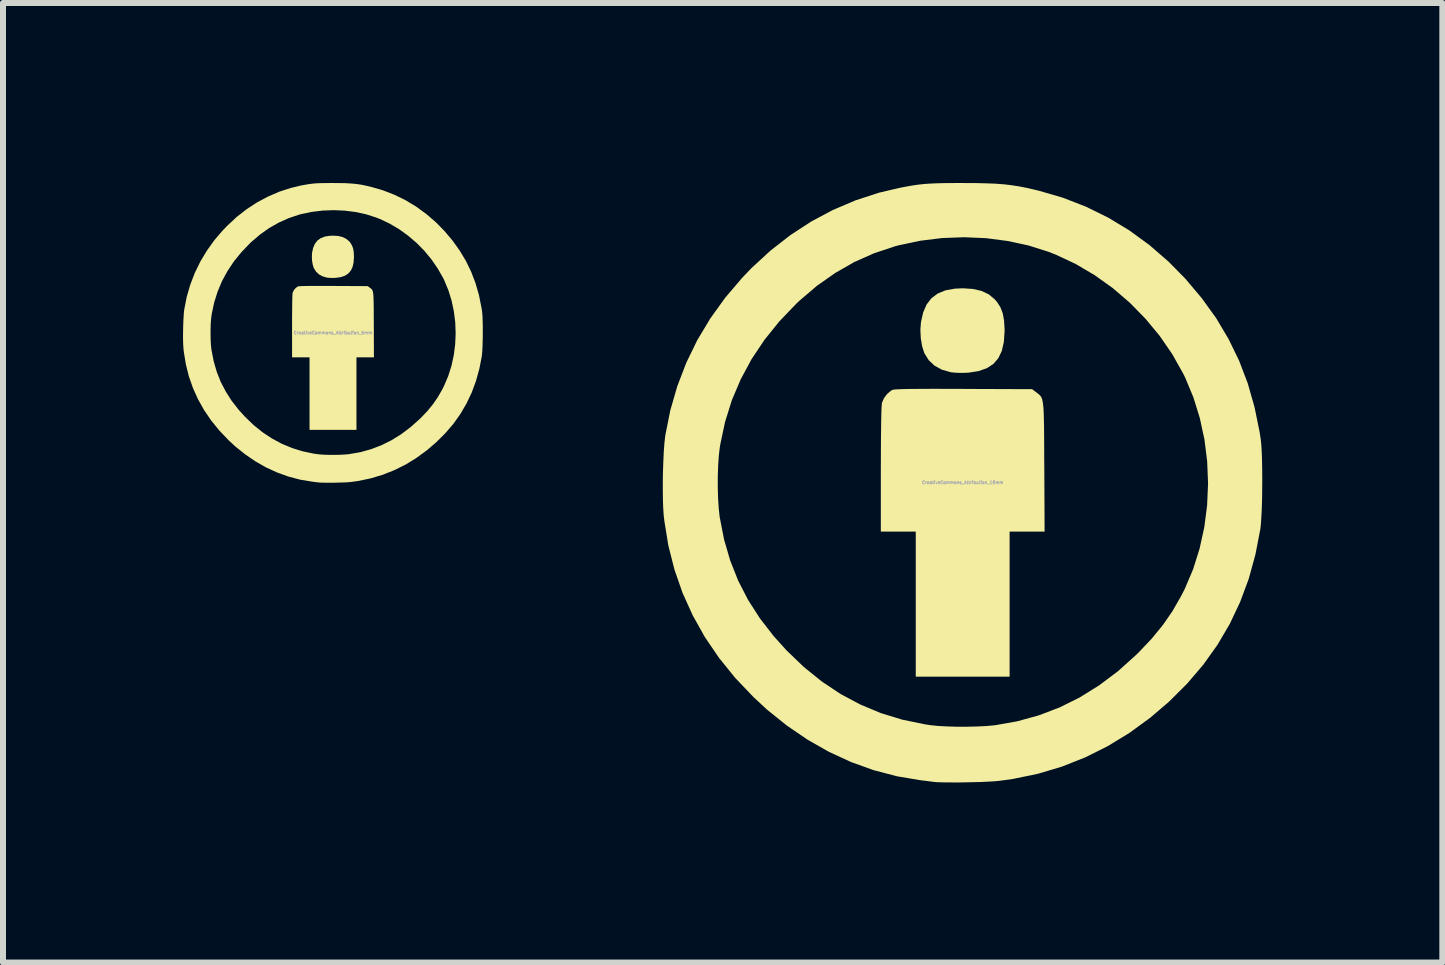
<source format=kicad_pcb>
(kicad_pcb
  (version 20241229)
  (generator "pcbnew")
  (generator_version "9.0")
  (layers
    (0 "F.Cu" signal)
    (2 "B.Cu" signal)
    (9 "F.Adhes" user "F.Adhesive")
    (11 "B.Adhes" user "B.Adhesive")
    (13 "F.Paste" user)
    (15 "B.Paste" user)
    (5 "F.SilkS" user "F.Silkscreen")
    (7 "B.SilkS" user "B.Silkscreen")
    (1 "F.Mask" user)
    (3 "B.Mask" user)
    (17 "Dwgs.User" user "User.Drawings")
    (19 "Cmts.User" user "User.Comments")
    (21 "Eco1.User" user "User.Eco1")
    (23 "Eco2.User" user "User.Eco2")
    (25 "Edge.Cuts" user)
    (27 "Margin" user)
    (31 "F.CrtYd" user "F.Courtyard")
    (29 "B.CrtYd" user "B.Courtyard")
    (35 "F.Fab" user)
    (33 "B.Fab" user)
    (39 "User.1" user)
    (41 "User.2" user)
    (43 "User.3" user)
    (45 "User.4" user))
  (footprint "CreativeCommons_Attribution_5mm"
    (layer "F.Cu")
    (at 2.499 2.495)
    (property "Reference" "CreativeCommons_Attribution_5mm" (at 0 0 0) (layer "F.Fab") (effects (font (size 0.05 0.05) (thickness 0.013))))
    (attr board_only exclude_from_pos_files exclude_from_bom)
    (fp_poly (pts (xy 0.085 -1.613) (xy 0.157 -1.596) (xy 0.217 -1.567) (xy 0.267 -1.526) (xy 0.288 -1.502) (xy 0.315 -1.458) (xy 0.334 -1.409) (xy 0.345 -1.35) (xy 0.349 -1.279) (xy 0.349 -1.259) (xy 0.343 -1.171) (xy 0.326 -1.096) (xy 0.297 -1.036) (xy 0.256 -0.988) (xy 0.202 -0.952) (xy 0.134 -0.928) (xy 0.052 -0.916) (xy 0.027 -0.914) (xy -0.016 -0.913) (xy -0.06 -0.915) (xy -0.096 -0.918) (xy -0.1 -0.919) (xy -0.172 -0.939) (xy -0.234 -0.973) (xy -0.283 -1.019) (xy -0.319 -1.077) (xy -0.32 -1.079) (xy -0.338 -1.135) (xy -0.349 -1.201) (xy -0.352 -1.272) (xy -0.348 -1.337) (xy -0.33 -1.417) (xy -0.301 -1.483) (xy -0.261 -1.535) (xy -0.208 -1.574) (xy -0.143 -1.601) (xy -0.065 -1.615) (xy 0 -1.618)) (stroke (width 0) (type solid)) (fill yes) (layer "F.SilkS"))
    (fp_poly (pts (xy -0.123 -0.78) (xy 0.004 -0.78) (xy 0.01 -0.78) (xy 0.579 -0.777) (xy 0.612 -0.752) (xy 0.625 -0.742) (xy 0.637 -0.733) (xy 0.646 -0.724) (xy 0.654 -0.713) (xy 0.66 -0.698) (xy 0.666 -0.679) (xy 0.67 -0.653) (xy 0.673 -0.62) (xy 0.675 -0.579) (xy 0.677 -0.526) (xy 0.678 -0.462) (xy 0.679 -0.385) (xy 0.679 -0.292) (xy 0.68 -0.184) (xy 0.68 -0.13) (xy 0.682 0.409) (xy 0.391 0.409) (xy 0.391 1.618) (xy -0.391 1.618) (xy -0.391 0.409) (xy -0.682 0.409) (xy -0.682 -0.111) (xy -0.682 -0.236) (xy -0.681 -0.346) (xy -0.68 -0.441) (xy -0.679 -0.52) (xy -0.678 -0.583) (xy -0.676 -0.629) (xy -0.674 -0.657) (xy -0.672 -0.666) (xy -0.656 -0.703) (xy -0.629 -0.738) (xy -0.598 -0.764) (xy -0.584 -0.772) (xy -0.573 -0.774) (xy -0.549 -0.776) (xy -0.514 -0.778) (xy -0.465 -0.779) (xy -0.403 -0.78) (xy -0.325 -0.78) (xy -0.232 -0.78)) (stroke (width 0) (type solid)) (fill yes) (layer "F.SilkS"))
    (fp_poly (pts (xy 0.111 -2.494) (xy 0.198 -2.493) (xy 0.274 -2.489) (xy 0.342 -2.484) (xy 0.405 -2.477) (xy 0.467 -2.468) (xy 0.531 -2.455) (xy 0.601 -2.439) (xy 0.635 -2.431) (xy 0.834 -2.373) (xy 1.027 -2.298) (xy 1.212 -2.207) (xy 1.389 -2.1) (xy 1.557 -1.977) (xy 1.717 -1.839) (xy 1.856 -1.697) (xy 1.993 -1.535) (xy 2.112 -1.368) (xy 2.216 -1.195) (xy 2.303 -1.015) (xy 2.375 -0.826) (xy 2.432 -0.629) (xy 2.474 -0.42) (xy 2.484 -0.359) (xy 2.488 -0.315) (xy 2.492 -0.257) (xy 2.494 -0.187) (xy 2.496 -0.109) (xy 2.496 -0.026) (xy 2.496 0.059) (xy 2.494 0.142) (xy 2.492 0.22) (xy 2.489 0.29) (xy 2.484 0.348) (xy 2.48 0.389) (xy 2.439 0.6) (xy 2.383 0.802) (xy 2.312 0.995) (xy 2.225 1.178) (xy 2.123 1.353) (xy 2.005 1.519) (xy 1.87 1.676) (xy 1.719 1.826) (xy 1.564 1.959) (xy 1.39 2.086) (xy 1.209 2.197) (xy 1.021 2.29) (xy 0.827 2.367) (xy 0.626 2.427) (xy 0.419 2.47) (xy 0.304 2.486) (xy 0.265 2.49) (xy 0.214 2.493) (xy 0.153 2.495) (xy 0.086 2.497) (xy 0.017 2.499) (xy -0.05 2.499) (xy -0.114 2.499) (xy -0.17 2.498) (xy -0.214 2.497) (xy -0.244 2.494) (xy -0.245 2.494) (xy -0.265 2.492) (xy -0.296 2.488) (xy -0.334 2.483) (xy -0.35 2.481) (xy -0.547 2.448) (xy -0.74 2.397) (xy -0.93 2.329) (xy -1.114 2.245) (xy -1.293 2.143) (xy -1.465 2.025) (xy -1.631 1.892) (xy -1.744 1.787) (xy -1.896 1.627) (xy -2.031 1.461) (xy -2.149 1.287) (xy -2.25 1.107) (xy -2.334 0.92) (xy -2.402 0.726) (xy -2.452 0.525) (xy -2.486 0.318) (xy -2.491 0.27) (xy -2.495 0.216) (xy -2.498 0.148) (xy -2.499 0.071) (xy -2.499 0.043) (xy -2.04 0.043) (xy -2.038 0.133) (xy -2.033 0.216) (xy -2.025 0.286) (xy -2.024 0.291) (xy -1.988 0.475) (xy -1.937 0.651) (xy -1.871 0.818) (xy -1.788 0.978) (xy -1.69 1.132) (xy -1.574 1.281) (xy -1.468 1.398) (xy -1.324 1.537) (xy -1.174 1.658) (xy -1.017 1.762) (xy -0.853 1.85) (xy -0.682 1.921) (xy -0.504 1.976) (xy -0.317 2.015) (xy -0.266 2.022) (xy -0.205 2.029) (xy -0.132 2.033) (xy -0.05 2.035) (xy 0.035 2.035) (xy 0.118 2.033) (xy 0.195 2.029) (xy 0.26 2.024) (xy 0.27 2.022) (xy 0.456 1.99) (xy 0.635 1.94) (xy 0.808 1.874) (xy 0.975 1.791) (xy 1.136 1.691) (xy 1.292 1.573) (xy 1.443 1.439) (xy 1.469 1.414) (xy 1.576 1.301) (xy 1.668 1.188) (xy 1.748 1.071) (xy 1.82 0.946) (xy 1.85 0.886) (xy 1.92 0.722) (xy 1.974 0.551) (xy 2.013 0.373) (xy 2.036 0.192) (xy 2.044 0.008) (xy 2.037 -0.175) (xy 2.014 -0.357) (xy 1.976 -0.536) (xy 1.923 -0.708) (xy 1.854 -0.874) (xy 1.837 -0.909) (xy 1.746 -1.069) (xy 1.641 -1.222) (xy 1.522 -1.366) (xy 1.392 -1.498) (xy 1.25 -1.619) (xy 1.1 -1.727) (xy 0.942 -1.82) (xy 0.779 -1.897) (xy 0.718 -1.921) (xy 0.551 -1.974) (xy 0.376 -2.012) (xy 0.195 -2.035) (xy 0.011 -2.043) (xy -0.173 -2.036) (xy -0.355 -2.014) (xy -0.532 -1.977) (xy -0.565 -1.968) (xy -0.738 -1.91) (xy -0.903 -1.836) (xy -1.062 -1.746) (xy -1.213 -1.639) (xy -1.359 -1.515) (xy -1.386 -1.489) (xy -1.527 -1.342) (xy -1.652 -1.188) (xy -1.759 -1.027) (xy -1.85 -0.86) (xy -1.923 -0.685) (xy -1.98 -0.504) (xy -2.02 -0.316) (xy -2.024 -0.291) (xy -2.032 -0.222) (xy -2.038 -0.14) (xy -2.04 -0.05) (xy -2.04 0.043) (xy -2.499 0.043) (xy -2.498 -0.012) (xy -2.497 -0.096) (xy -2.494 -0.179) (xy -2.49 -0.256) (xy -2.486 -0.324) (xy -2.48 -0.379) (xy -2.478 -0.391) (xy -2.437 -0.6) (xy -2.378 -0.802) (xy -2.303 -0.997) (xy -2.211 -1.186) (xy -2.103 -1.366) (xy -1.979 -1.54) (xy -1.838 -1.705) (xy -1.759 -1.786) (xy -1.602 -1.932) (xy -1.436 -2.061) (xy -1.263 -2.174) (xy -1.082 -2.27) (xy -0.894 -2.351) (xy -0.699 -2.414) (xy -0.532 -2.454) (xy -0.472 -2.465) (xy -0.42 -2.474) (xy -0.37 -2.481) (xy -0.321 -2.487) (xy -0.269 -2.491) (xy -0.21 -2.493) (xy -0.142 -2.494) (xy -0.062 -2.495) (xy 0.009 -2.495)) (stroke (width 0) (type solid)) (fill yes) (layer "F.SilkS")))
  (footprint "CreativeCommons_Attribution_10mm"
    (layer "F.Cu")
    (at 12.992 4.99)
    (property "Reference" "CreativeCommons_Attribution_10mm" (at 0 0 0) (layer "F.Fab") (effects (font (size 0.05 0.05) (thickness 0.013))))
    (attr board_only exclude_from_pos_files exclude_from_bom)
    (fp_poly (pts (xy 0.17 -3.225) (xy 0.314 -3.192) (xy 0.435 -3.135) (xy 0.534 -3.052) (xy 0.576 -3.003) (xy 0.63 -2.917) (xy 0.668 -2.818) (xy 0.689 -2.701) (xy 0.698 -2.557) (xy 0.698 -2.518) (xy 0.686 -2.341) (xy 0.652 -2.193) (xy 0.594 -2.071) (xy 0.512 -1.976) (xy 0.404 -1.905) (xy 0.268 -1.857) (xy 0.105 -1.831) (xy 0.055 -1.828) (xy -0.033 -1.826) (xy -0.121 -1.829) (xy -0.192 -1.836) (xy -0.2 -1.838) (xy -0.345 -1.879) (xy -0.468 -1.946) (xy -0.566 -2.038) (xy -0.638 -2.153) (xy -0.64 -2.158) (xy -0.676 -2.27) (xy -0.698 -2.403) (xy -0.705 -2.543) (xy -0.695 -2.673) (xy -0.659 -2.833) (xy -0.602 -2.965) (xy -0.521 -3.07) (xy -0.417 -3.148) (xy -0.287 -3.202) (xy -0.131 -3.23) (xy 0 -3.236)) (stroke (width 0) (type solid)) (fill yes) (layer "F.SilkS"))
    (fp_poly (pts (xy -0.246 -1.56) (xy 0.008 -1.56) (xy 0.02 -1.559) (xy 1.157 -1.555) (xy 1.224 -1.504) (xy 1.251 -1.484) (xy 1.273 -1.466) (xy 1.292 -1.447) (xy 1.308 -1.425) (xy 1.321 -1.396) (xy 1.331 -1.358) (xy 1.339 -1.307) (xy 1.346 -1.241) (xy 1.35 -1.157) (xy 1.353 -1.052) (xy 1.356 -0.924) (xy 1.357 -0.769) (xy 1.358 -0.585) (xy 1.359 -0.368) (xy 1.36 -0.259) (xy 1.365 0.818) (xy 0.782 0.818) (xy 0.782 3.236) (xy -0.782 3.236) (xy -0.782 0.818) (xy -1.364 0.818) (xy -1.364 -0.223) (xy -1.363 -0.473) (xy -1.362 -0.693) (xy -1.36 -0.883) (xy -1.358 -1.041) (xy -1.355 -1.166) (xy -1.351 -1.258) (xy -1.347 -1.315) (xy -1.344 -1.332) (xy -1.311 -1.406) (xy -1.259 -1.475) (xy -1.197 -1.528) (xy -1.168 -1.544) (xy -1.145 -1.548) (xy -1.099 -1.552) (xy -1.028 -1.555) (xy -0.931 -1.558) (xy -0.806 -1.559) (xy -0.651 -1.56) (xy -0.465 -1.561)) (stroke (width 0) (type solid)) (fill yes) (layer "F.SilkS"))
    (fp_poly (pts (xy 0.222 -4.989) (xy 0.396 -4.985) (xy 0.548 -4.979) (xy 0.683 -4.969) (xy 0.81 -4.954) (xy 0.934 -4.935) (xy 1.062 -4.91) (xy 1.202 -4.878) (xy 1.269 -4.862) (xy 1.668 -4.746) (xy 2.054 -4.596) (xy 2.424 -4.414) (xy 2.778 -4.2) (xy 3.115 -3.954) (xy 3.433 -3.678) (xy 3.712 -3.394) (xy 3.985 -3.07) (xy 4.225 -2.737) (xy 4.431 -2.39) (xy 4.606 -2.03) (xy 4.75 -1.653) (xy 4.863 -1.257) (xy 4.948 -0.841) (xy 4.967 -0.718) (xy 4.976 -0.631) (xy 4.983 -0.514) (xy 4.988 -0.374) (xy 4.991 -0.217) (xy 4.992 -0.051) (xy 4.991 0.118) (xy 4.989 0.284) (xy 4.984 0.44) (xy 4.977 0.58) (xy 4.969 0.696) (xy 4.96 0.777) (xy 4.878 1.201) (xy 4.767 1.605) (xy 4.624 1.99) (xy 4.451 2.356) (xy 4.246 2.705) (xy 4.009 3.037) (xy 3.74 3.352) (xy 3.439 3.652) (xy 3.128 3.918) (xy 2.78 4.172) (xy 2.418 4.393) (xy 2.042 4.581) (xy 1.653 4.735) (xy 1.251 4.855) (xy 0.837 4.94) (xy 0.608 4.972) (xy 0.53 4.979) (xy 0.427 4.985) (xy 0.306 4.991) (xy 0.173 4.994) (xy 0.035 4.997) (xy -0.101 4.999) (xy -0.228 4.998) (xy -0.339 4.997) (xy -0.428 4.994) (xy -0.488 4.989) (xy -0.491 4.988) (xy -0.529 4.983) (xy -0.592 4.975) (xy -0.669 4.966) (xy -0.7 4.962) (xy -1.094 4.896) (xy -1.481 4.795) (xy -1.859 4.659) (xy -2.228 4.489) (xy -2.585 4.286) (xy -2.93 4.051) (xy -3.262 3.784) (xy -3.488 3.574) (xy -3.792 3.255) (xy -4.061 2.922) (xy -4.297 2.575) (xy -4.499 2.214) (xy -4.668 1.84) (xy -4.803 1.452) (xy -4.905 1.05) (xy -4.972 0.636) (xy -4.983 0.54) (xy -4.99 0.432) (xy -4.995 0.297) (xy -4.997 0.142) (xy -4.997 0.086) (xy -4.081 0.086) (xy -4.076 0.267) (xy -4.065 0.432) (xy -4.05 0.573) (xy -4.048 0.582) (xy -3.976 0.951) (xy -3.874 1.301) (xy -3.741 1.636) (xy -3.577 1.956) (xy -3.379 2.264) (xy -3.148 2.562) (xy -2.936 2.797) (xy -2.648 3.074) (xy -2.348 3.316) (xy -2.034 3.525) (xy -1.706 3.7) (xy -1.364 3.843) (xy -1.008 3.952) (xy -0.635 4.029) (xy -0.531 4.045) (xy -0.411 4.057) (xy -0.263 4.065) (xy -0.1 4.07) (xy 0.07 4.07) (xy 0.237 4.066) (xy 0.39 4.059) (xy 0.52 4.047) (xy 0.54 4.045) (xy 0.912 3.979) (xy 1.27 3.88) (xy 1.616 3.748) (xy 1.95 3.582) (xy 2.273 3.381) (xy 2.585 3.147) (xy 2.886 2.877) (xy 2.937 2.827) (xy 3.151 2.601) (xy 3.336 2.375) (xy 3.497 2.142) (xy 3.64 1.892) (xy 3.701 1.773) (xy 3.84 1.445) (xy 3.948 1.101) (xy 4.026 0.746) (xy 4.073 0.383) (xy 4.089 0.016) (xy 4.074 -0.351) (xy 4.029 -0.715) (xy 3.952 -1.071) (xy 3.845 -1.417) (xy 3.708 -1.747) (xy 3.673 -1.817) (xy 3.492 -2.139) (xy 3.282 -2.444) (xy 3.044 -2.731) (xy 2.783 -2.997) (xy 2.501 -3.239) (xy 2.2 -3.454) (xy 1.885 -3.64) (xy 1.557 -3.794) (xy 1.436 -3.842) (xy 1.102 -3.948) (xy 0.751 -4.024) (xy 0.39 -4.071) (xy 0.022 -4.087) (xy -0.346 -4.073) (xy -0.71 -4.028) (xy -1.064 -3.953) (xy -1.13 -3.935) (xy -1.476 -3.82) (xy -1.807 -3.673) (xy -2.123 -3.492) (xy -2.427 -3.279) (xy -2.718 -3.031) (xy -2.773 -2.979) (xy -3.055 -2.685) (xy -3.303 -2.377) (xy -3.518 -2.055) (xy -3.699 -1.719) (xy -3.847 -1.37) (xy -3.96 -1.008) (xy -4.04 -0.631) (xy -4.048 -0.582) (xy -4.064 -0.443) (xy -4.075 -0.279) (xy -4.081 -0.099) (xy -4.081 0.086) (xy -4.997 0.086) (xy -4.997 -0.023) (xy -4.994 -0.193) (xy -4.988 -0.358) (xy -4.981 -0.513) (xy -4.971 -0.648) (xy -4.959 -0.757) (xy -4.956 -0.782) (xy -4.873 -1.199) (xy -4.756 -1.604) (xy -4.606 -1.995) (xy -4.423 -2.371) (xy -4.206 -2.733) (xy -3.957 -3.079) (xy -3.675 -3.41) (xy -3.519 -3.573) (xy -3.204 -3.863) (xy -2.872 -4.122) (xy -2.525 -4.348) (xy -2.163 -4.541) (xy -1.787 -4.701) (xy -1.398 -4.828) (xy -1.064 -4.907) (xy -0.945 -4.93) (xy -0.839 -4.949) (xy -0.741 -4.963) (xy -0.642 -4.974) (xy -0.537 -4.981) (xy -0.42 -4.986) (xy -0.285 -4.989) (xy -0.124 -4.99) (xy 0.018 -4.99)) (stroke (width 0) (type solid)) (fill yes) (layer "F.SilkS")))
  (gr_rect
    (start -3 -3)
    (end 20.985 12.989)
    (stroke (width 0.1) (type default))
    (fill no)
    (layer "Edge.Cuts")))
</source>
